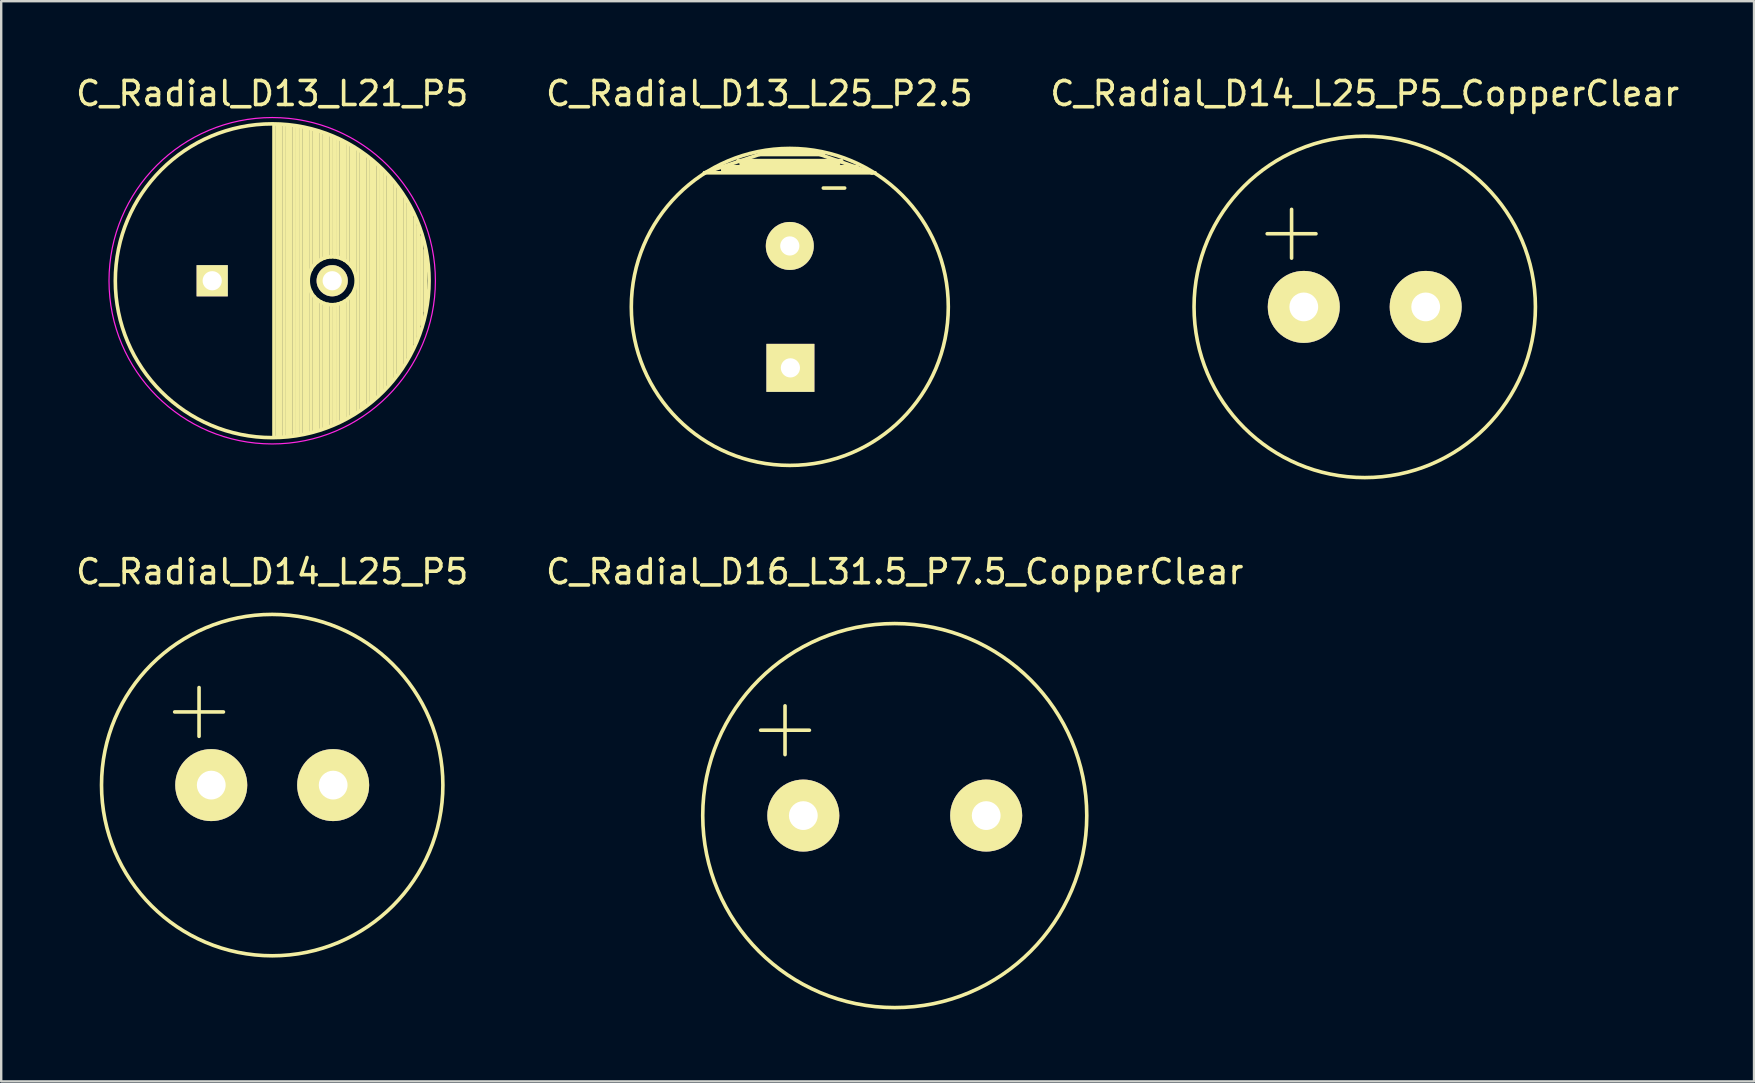
<source format=kicad_pcb>
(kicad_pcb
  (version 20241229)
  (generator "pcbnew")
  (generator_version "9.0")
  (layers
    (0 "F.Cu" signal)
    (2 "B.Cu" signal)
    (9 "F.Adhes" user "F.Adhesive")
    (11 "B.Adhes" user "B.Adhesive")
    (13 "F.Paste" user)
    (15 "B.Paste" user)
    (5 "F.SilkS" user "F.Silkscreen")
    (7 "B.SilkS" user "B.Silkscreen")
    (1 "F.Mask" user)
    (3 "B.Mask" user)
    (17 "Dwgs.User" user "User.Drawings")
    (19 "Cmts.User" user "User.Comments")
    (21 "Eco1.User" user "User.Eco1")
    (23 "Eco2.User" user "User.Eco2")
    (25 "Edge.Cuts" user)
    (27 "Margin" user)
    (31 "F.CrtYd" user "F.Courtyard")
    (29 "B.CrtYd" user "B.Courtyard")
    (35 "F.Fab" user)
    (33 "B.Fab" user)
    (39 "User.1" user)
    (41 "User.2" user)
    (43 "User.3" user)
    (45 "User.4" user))
  (footprint "C_Radial_D14_L25_P5_CopperClear"
    (layer "F.Cu")
    (at 51.275 9.738)
    (property "Reference" "C_Radial_D14_L25_P5_CopperClear" (at 2.54 -8.89 0) (layer "F.SilkS") (effects (font (size 1 1) (thickness 0.15))))
    (attr through_hole)
    (fp_line (start -1.524 -3.048) (end 0.508 -3.048) (stroke (width 0.15) (type solid)) (layer "F.SilkS"))
    (fp_line (start -0.508 -4.064) (end -0.508 -2.032) (stroke (width 0.15) (type solid)) (layer "F.SilkS"))
    (fp_circle (center 2.54 0) (end 9.652 0) (stroke (width 0.15) (type solid)) (fill no) (layer "F.SilkS"))
    (pad "1" thru_hole circle (at 0 0) (size 3 3) (drill 1.199) (layers "*.Cu" "*.Mask" "F.SilkS"))
    (pad "2" thru_hole circle (at 5.08 0) (size 3 3) (drill 1.199) (layers "*.Cu" "*.Mask" "F.SilkS")))
  (footprint "C_Radial_D13_L21_P5"
    (layer "F.Cu")
    (at 5.792 8.648)
    (property "Reference" "C_Radial_D13_L21_P5" (at 2.5 -7.8 0) (layer "F.SilkS") (effects (font (size 1 1) (thickness 0.15))))
    (attr through_hole)
    (fp_line (start 2.575 -6.5) (end 2.575 6.5) (stroke (width 0.15) (type solid)) (layer "F.SilkS"))
    (fp_line (start 2.715 -6.496) (end 2.715 6.496) (stroke (width 0.15) (type solid)) (layer "F.SilkS"))
    (fp_line (start 2.855 -6.49) (end 2.855 6.49) (stroke (width 0.15) (type solid)) (layer "F.SilkS"))
    (fp_line (start 2.995 -6.481) (end 2.995 6.481) (stroke (width 0.15) (type solid)) (layer "F.SilkS"))
    (fp_line (start 3.135 -6.469) (end 3.135 6.469) (stroke (width 0.15) (type solid)) (layer "F.SilkS"))
    (fp_line (start 3.275 -6.454) (end 3.275 6.454) (stroke (width 0.15) (type solid)) (layer "F.SilkS"))
    (fp_line (start 3.415 -6.435) (end 3.415 6.435) (stroke (width 0.15) (type solid)) (layer "F.SilkS"))
    (fp_line (start 3.555 -6.414) (end 3.555 6.414) (stroke (width 0.15) (type solid)) (layer "F.SilkS"))
    (fp_line (start 3.695 -6.389) (end 3.695 6.389) (stroke (width 0.15) (type solid)) (layer "F.SilkS"))
    (fp_line (start 3.835 -6.361) (end 3.835 6.361) (stroke (width 0.15) (type solid)) (layer "F.SilkS"))
    (fp_line (start 3.975 -6.33) (end 3.975 6.33) (stroke (width 0.15) (type solid)) (layer "F.SilkS"))
    (fp_line (start 4.115 -6.296) (end 4.115 -0.466) (stroke (width 0.15) (type solid)) (layer "F.SilkS"))
    (fp_line (start 4.115 0.466) (end 4.115 6.296) (stroke (width 0.15) (type solid)) (layer "F.SilkS"))
    (fp_line (start 4.255 -6.259) (end 4.255 -0.667) (stroke (width 0.15) (type solid)) (layer "F.SilkS"))
    (fp_line (start 4.255 0.667) (end 4.255 6.259) (stroke (width 0.15) (type solid)) (layer "F.SilkS"))
    (fp_line (start 4.395 -6.218) (end 4.395 -0.796) (stroke (width 0.15) (type solid)) (layer "F.SilkS"))
    (fp_line (start 4.395 0.796) (end 4.395 6.218) (stroke (width 0.15) (type solid)) (layer "F.SilkS"))
    (fp_line (start 4.535 -6.173) (end 4.535 -0.885) (stroke (width 0.15) (type solid)) (layer "F.SilkS"))
    (fp_line (start 4.535 0.885) (end 4.535 6.173) (stroke (width 0.15) (type solid)) (layer "F.SilkS"))
    (fp_line (start 4.675 -6.125) (end 4.675 -0.946) (stroke (width 0.15) (type solid)) (layer "F.SilkS"))
    (fp_line (start 4.675 0.946) (end 4.675 6.125) (stroke (width 0.15) (type solid)) (layer "F.SilkS"))
    (fp_line (start 4.815 -6.074) (end 4.815 -0.983) (stroke (width 0.15) (type solid)) (layer "F.SilkS"))
    (fp_line (start 4.815 0.983) (end 4.815 6.074) (stroke (width 0.15) (type solid)) (layer "F.SilkS"))
    (fp_line (start 4.955 -6.019) (end 4.955 -0.999) (stroke (width 0.15) (type solid)) (layer "F.SilkS"))
    (fp_line (start 4.955 0.999) (end 4.955 6.019) (stroke (width 0.15) (type solid)) (layer "F.SilkS"))
    (fp_line (start 5.095 -5.96) (end 5.095 -0.995) (stroke (width 0.15) (type solid)) (layer "F.SilkS"))
    (fp_line (start 5.095 0.995) (end 5.095 5.96) (stroke (width 0.15) (type solid)) (layer "F.SilkS"))
    (fp_line (start 5.235 -5.897) (end 5.235 -0.972) (stroke (width 0.15) (type solid)) (layer "F.SilkS"))
    (fp_line (start 5.235 0.972) (end 5.235 5.897) (stroke (width 0.15) (type solid)) (layer "F.SilkS"))
    (fp_line (start 5.375 -5.83) (end 5.375 -0.927) (stroke (width 0.15) (type solid)) (layer "F.SilkS"))
    (fp_line (start 5.375 0.927) (end 5.375 5.83) (stroke (width 0.15) (type solid)) (layer "F.SilkS"))
    (fp_line (start 5.515 -5.758) (end 5.515 -0.857) (stroke (width 0.15) (type solid)) (layer "F.SilkS"))
    (fp_line (start 5.515 0.857) (end 5.515 5.758) (stroke (width 0.15) (type solid)) (layer "F.SilkS"))
    (fp_line (start 5.655 -5.683) (end 5.655 -0.756) (stroke (width 0.15) (type solid)) (layer "F.SilkS"))
    (fp_line (start 5.655 0.756) (end 5.655 5.683) (stroke (width 0.15) (type solid)) (layer "F.SilkS"))
    (fp_line (start 5.795 -5.603) (end 5.795 -0.607) (stroke (width 0.15) (type solid)) (layer "F.SilkS"))
    (fp_line (start 5.795 0.607) (end 5.795 5.603) (stroke (width 0.15) (type solid)) (layer "F.SilkS"))
    (fp_line (start 5.935 -5.518) (end 5.935 -0.355) (stroke (width 0.15) (type solid)) (layer "F.SilkS"))
    (fp_line (start 5.935 0.355) (end 5.935 5.518) (stroke (width 0.15) (type solid)) (layer "F.SilkS"))
    (fp_line (start 6.075 -5.429) (end 6.075 5.429) (stroke (width 0.15) (type solid)) (layer "F.SilkS"))
    (fp_line (start 6.215 -5.334) (end 6.215 5.334) (stroke (width 0.15) (type solid)) (layer "F.SilkS"))
    (fp_line (start 6.355 -5.233) (end 6.355 5.233) (stroke (width 0.15) (type solid)) (layer "F.SilkS"))
    (fp_line (start 6.495 -5.127) (end 6.495 5.127) (stroke (width 0.15) (type solid)) (layer "F.SilkS"))
    (fp_line (start 6.635 -5.015) (end 6.635 5.015) (stroke (width 0.15) (type solid)) (layer "F.SilkS"))
    (fp_line (start 6.775 -4.896) (end 6.775 4.896) (stroke (width 0.15) (type solid)) (layer "F.SilkS"))
    (fp_line (start 6.915 -4.771) (end 6.915 4.771) (stroke (width 0.15) (type solid)) (layer "F.SilkS"))
    (fp_line (start 7.055 -4.637) (end 7.055 4.637) (stroke (width 0.15) (type solid)) (layer "F.SilkS"))
    (fp_line (start 7.195 -4.495) (end 7.195 4.495) (stroke (width 0.15) (type solid)) (layer "F.SilkS"))
    (fp_line (start 7.335 -4.344) (end 7.335 4.344) (stroke (width 0.15) (type solid)) (layer "F.SilkS"))
    (fp_line (start 7.475 -4.183) (end 7.475 4.183) (stroke (width 0.15) (type solid)) (layer "F.SilkS"))
    (fp_line (start 7.615 -4.011) (end 7.615 4.011) (stroke (width 0.15) (type solid)) (layer "F.SilkS"))
    (fp_line (start 7.755 -3.826) (end 7.755 3.826) (stroke (width 0.15) (type solid)) (layer "F.SilkS"))
    (fp_line (start 7.895 -3.625) (end 7.895 3.625) (stroke (width 0.15) (type solid)) (layer "F.SilkS"))
    (fp_line (start 8.035 -3.408) (end 8.035 3.408) (stroke (width 0.15) (type solid)) (layer "F.SilkS"))
    (fp_line (start 8.175 -3.169) (end 8.175 3.169) (stroke (width 0.15) (type solid)) (layer "F.SilkS"))
    (fp_line (start 8.315 -2.904) (end 8.315 2.904) (stroke (width 0.15) (type solid)) (layer "F.SilkS"))
    (fp_line (start 8.455 -2.605) (end 8.455 2.605) (stroke (width 0.15) (type solid)) (layer "F.SilkS"))
    (fp_line (start 8.595 -2.259) (end 8.595 2.259) (stroke (width 0.15) (type solid)) (layer "F.SilkS"))
    (fp_line (start 8.735 -1.837) (end 8.735 1.837) (stroke (width 0.15) (type solid)) (layer "F.SilkS"))
    (fp_line (start 8.875 -1.269) (end 8.875 1.269) (stroke (width 0.15) (type solid)) (layer "F.SilkS"))
    (fp_circle (center 2.5 0) (end 2.5 -6.537) (stroke (width 0.15) (type solid)) (fill no) (layer "F.SilkS"))
    (fp_circle (center 5 0) (end 5 -1) (stroke (width 0.15) (type solid)) (fill no) (layer "F.SilkS"))
    (fp_circle (center 2.5 0) (end 2.5 -6.8) (stroke (width 0.05) (type solid)) (fill no) (layer "F.CrtYd"))
    (pad "1" thru_hole rect (at 0 0) (size 1.3 1.3) (drill 0.8) (layers "*.Cu" "*.Mask" "F.SilkS"))
    (pad "2" thru_hole circle (at 5 0) (size 1.3 1.3) (drill 0.8) (layers "*.Cu" "*.Mask" "F.SilkS")))
  (footprint "C_Radial_D14_L25_P5"
    (layer "F.Cu")
    (at 5.752 29.663)
    (property "Reference" "C_Radial_D14_L25_P5" (at 2.54 -8.89 0) (layer "F.SilkS") (effects (font (size 1 1) (thickness 0.15))))
    (attr through_hole)
    (fp_line (start -1.524 -3.048) (end 0.508 -3.048) (stroke (width 0.15) (type solid)) (layer "F.SilkS"))
    (fp_line (start -0.508 -4.064) (end -0.508 -2.032) (stroke (width 0.15) (type solid)) (layer "F.SilkS"))
    (fp_circle (center 2.54 0) (end 9.652 0) (stroke (width 0.15) (type solid)) (fill no) (layer "F.SilkS"))
    (pad "1" thru_hole circle (at 0 0) (size 3 3) (drill 1.199) (layers "*.Cu" "*.Mask" "F.SilkS"))
    (pad "2" thru_hole circle (at 5.08 0) (size 3 3) (drill 1.199) (layers "*.Cu" "*.Mask" "F.SilkS")))
  (footprint "C_Radial_D13_L25_P2.5"
    (layer "F.Cu")
    (at 29.859 9.738)
    (property "Reference" "C_Radial_D13_L25_P2.5" (at -1.27 -8.89 0) (layer "F.SilkS") (effects (font (size 1 1) (thickness 0.15))))
    (attr through_hole)
    (fp_line (start -3.556 -5.588) (end -0.889 -6.477) (stroke (width 0.15) (type solid)) (layer "F.SilkS"))
    (fp_line (start -2.794 -5.842) (end -2.667 -5.842) (stroke (width 0.15) (type solid)) (layer "F.SilkS"))
    (fp_line (start -2.794 -5.715) (end -1.905 -5.715) (stroke (width 0.15) (type solid)) (layer "F.SilkS"))
    (fp_line (start -2.159 -6.096) (end 2.159 -6.096) (stroke (width 0.15) (type solid)) (layer "F.SilkS"))
    (fp_line (start -2.032 -5.969) (end 2.032 -5.969) (stroke (width 0.15) (type solid)) (layer "F.SilkS"))
    (fp_line (start -0.889 -6.477) (end 0.889 -6.477) (stroke (width 0.15) (type solid)) (layer "F.SilkS"))
    (fp_line (start 0.889 -6.477) (end 3.429 -5.588) (stroke (width 0.15) (type solid)) (layer "F.SilkS"))
    (fp_line (start 1.397 -6.35) (end -1.27 -6.35) (stroke (width 0.15) (type solid)) (layer "F.SilkS"))
    (fp_line (start 1.397 -4.953) (end 2.286 -4.953) (stroke (width 0.15) (type solid)) (layer "F.SilkS"))
    (fp_line (start 2.794 -5.842) (end -2.794 -5.842) (stroke (width 0.15) (type solid)) (layer "F.SilkS"))
    (fp_line (start 2.921 -5.715) (end -2.794 -5.715) (stroke (width 0.15) (type solid)) (layer "F.SilkS"))
    (fp_line (start 3.429 -5.588) (end 3.048 -5.715) (stroke (width 0.15) (type solid)) (layer "F.SilkS"))
    (fp_line (start 3.556 -5.588) (end -3.556 -5.588) (stroke (width 0.15) (type solid)) (layer "F.SilkS"))
    (fp_circle (center 0 0) (end -6.604 0) (stroke (width 0.15) (type solid)) (fill no) (layer "F.SilkS"))
    (pad "1" thru_hole rect (at 0.025 2.54) (size 1.999 1.999) (drill 0.8) (layers "*.Cu" "*.Mask" "F.SilkS"))
    (pad "2" thru_hole circle (at 0 -2.54) (size 1.999 1.999) (drill 0.8) (layers "*.Cu" "*.Mask" "F.SilkS")))
  (footprint "C_Radial_D16_L31.5_P7.5_CopperClear"
    (layer "F.Cu")
    (at 30.422 30.933)
    (property "Reference" "C_Radial_D16_L31.5_P7.5_CopperClear" (at 3.81 -10.16 0) (layer "F.SilkS") (effects (font (size 1 1) (thickness 0.15))))
    (attr through_hole)
    (fp_line (start -1.778 -3.556) (end 0.254 -3.556) (stroke (width 0.15) (type solid)) (layer "F.SilkS"))
    (fp_line (start -0.762 -4.572) (end -0.762 -2.54) (stroke (width 0.15) (type solid)) (layer "F.SilkS"))
    (fp_circle (center 3.81 0) (end 11.811 0) (stroke (width 0.15) (type solid)) (fill no) (layer "F.SilkS"))
    (pad "1" thru_hole circle (at 0 0) (size 3 3) (drill 1.199) (layers "*.Cu" "*.Mask" "F.SilkS"))
    (pad "2" thru_hole circle (at 7.62 0) (size 3 3) (drill 1.199) (layers "*.Cu" "*.Mask" "F.SilkS")))
  (gr_rect
    (start -3 -3)
    (end 70.036 42.01)
    (stroke (width 0.1) (type default))
    (fill no)
    (layer "Edge.Cuts")))
</source>
